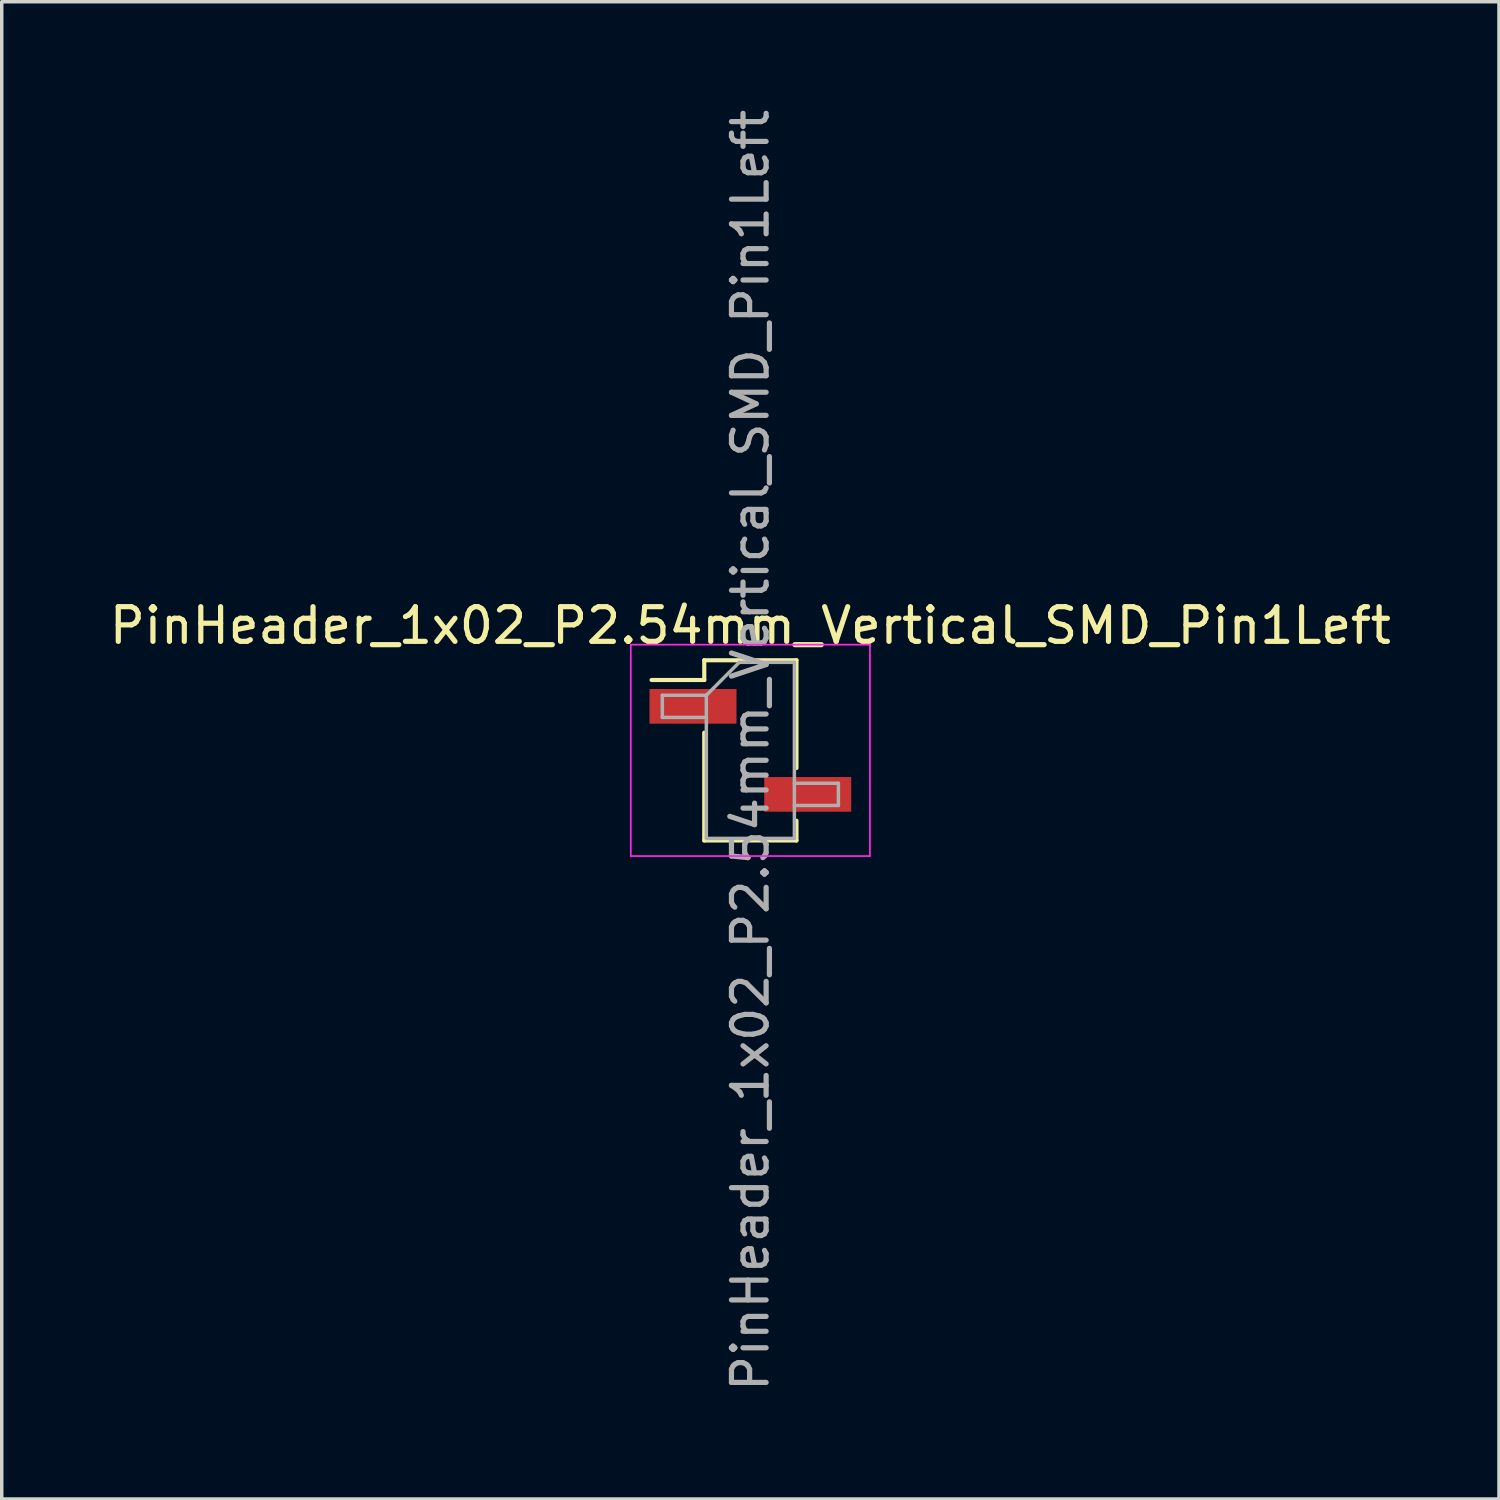
<source format=kicad_pcb>
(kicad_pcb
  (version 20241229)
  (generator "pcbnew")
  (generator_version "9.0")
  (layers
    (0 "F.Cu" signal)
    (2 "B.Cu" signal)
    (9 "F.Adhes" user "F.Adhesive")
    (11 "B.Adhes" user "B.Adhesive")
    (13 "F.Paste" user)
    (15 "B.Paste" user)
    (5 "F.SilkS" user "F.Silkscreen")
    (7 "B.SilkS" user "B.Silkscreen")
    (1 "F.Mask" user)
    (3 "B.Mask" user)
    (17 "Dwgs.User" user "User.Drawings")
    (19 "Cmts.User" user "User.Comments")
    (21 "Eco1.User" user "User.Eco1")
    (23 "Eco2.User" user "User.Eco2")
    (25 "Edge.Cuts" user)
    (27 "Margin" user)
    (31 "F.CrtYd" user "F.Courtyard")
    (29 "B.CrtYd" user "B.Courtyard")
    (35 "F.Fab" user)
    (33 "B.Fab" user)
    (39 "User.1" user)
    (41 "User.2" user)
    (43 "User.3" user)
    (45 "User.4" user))
  (footprint "PinHeader_1x02_P2.54mm_Vertical_SMD_Pin1Left"
    (layer "F.Cu")
    (at 18.601 18.601)
    (property "Reference" "PinHeader_1x02_P2.54mm_Vertical_SMD_Pin1Left" (at 0 -3.6 0) (layer "F.SilkS") (effects (font (size 1 1) (thickness 0.15))))
    (attr smd)
    (fp_line (start -1.33 -2.6) (end -1.33 -2.03) (stroke (width 0.12) (type solid)) (layer "F.SilkS"))
    (fp_line (start -1.33 -2.6) (end 1.33 -2.6) (stroke (width 0.12) (type solid)) (layer "F.SilkS"))
    (fp_line (start -1.33 -2.03) (end -2.85 -2.03) (stroke (width 0.12) (type solid)) (layer "F.SilkS"))
    (fp_line (start -1.33 -0.51) (end -1.33 2.6) (stroke (width 0.12) (type solid)) (layer "F.SilkS"))
    (fp_line (start -1.33 2.6) (end 1.33 2.6) (stroke (width 0.12) (type solid)) (layer "F.SilkS"))
    (fp_line (start 1.33 -2.6) (end 1.33 0.51) (stroke (width 0.12) (type solid)) (layer "F.SilkS"))
    (fp_line (start 1.33 2.03) (end 1.33 2.6) (stroke (width 0.12) (type solid)) (layer "F.SilkS"))
    (fp_line (start -3.45 -3.05) (end -3.45 3.05) (stroke (width 0.05) (type solid)) (layer "F.CrtYd"))
    (fp_line (start -3.45 3.05) (end 3.45 3.05) (stroke (width 0.05) (type solid)) (layer "F.CrtYd"))
    (fp_line (start 3.45 -3.05) (end -3.45 -3.05) (stroke (width 0.05) (type solid)) (layer "F.CrtYd"))
    (fp_line (start 3.45 3.05) (end 3.45 -3.05) (stroke (width 0.05) (type solid)) (layer "F.CrtYd"))
    (fp_line (start -2.54 -1.59) (end -2.54 -0.95) (stroke (width 0.1) (type solid)) (layer "F.Fab"))
    (fp_line (start -2.54 -0.95) (end -1.27 -0.95) (stroke (width 0.1) (type solid)) (layer "F.Fab"))
    (fp_line (start -1.27 -1.59) (end -2.54 -1.59) (stroke (width 0.1) (type solid)) (layer "F.Fab"))
    (fp_line (start -1.27 -1.59) (end -0.32 -2.54) (stroke (width 0.1) (type solid)) (layer "F.Fab"))
    (fp_line (start -1.27 2.54) (end -1.27 -1.59) (stroke (width 0.1) (type solid)) (layer "F.Fab"))
    (fp_line (start -0.32 -2.54) (end 1.27 -2.54) (stroke (width 0.1) (type solid)) (layer "F.Fab"))
    (fp_line (start 1.27 -2.54) (end 1.27 2.54) (stroke (width 0.1) (type solid)) (layer "F.Fab"))
    (fp_line (start 1.27 0.95) (end 2.54 0.95) (stroke (width 0.1) (type solid)) (layer "F.Fab"))
    (fp_line (start 1.27 2.54) (end -1.27 2.54) (stroke (width 0.1) (type solid)) (layer "F.Fab"))
    (fp_line (start 2.54 0.95) (end 2.54 1.59) (stroke (width 0.1) (type solid)) (layer "F.Fab"))
    (fp_line (start 2.54 1.59) (end 1.27 1.59) (stroke (width 0.1) (type solid)) (layer "F.Fab"))
    (fp_text user "${REFERENCE}" (at 0 0 90) (layer "F.Fab") (effects (font (size 1 1) (thickness 0.15))))
    (pad "1" smd rect (at -1.655 -1.27) (size 2.51 1) (layers "F.Cu" "F.Mask" "F.Paste"))
    (pad "2" smd rect (at 1.655 1.27) (size 2.51 1) (layers "F.Cu" "F.Mask" "F.Paste")))
  (gr_rect
    (start -3 -3)
    (end 40.202 40.202)
    (stroke (width 0.1) (type default))
    (fill no)
    (layer "Edge.Cuts")))
</source>
